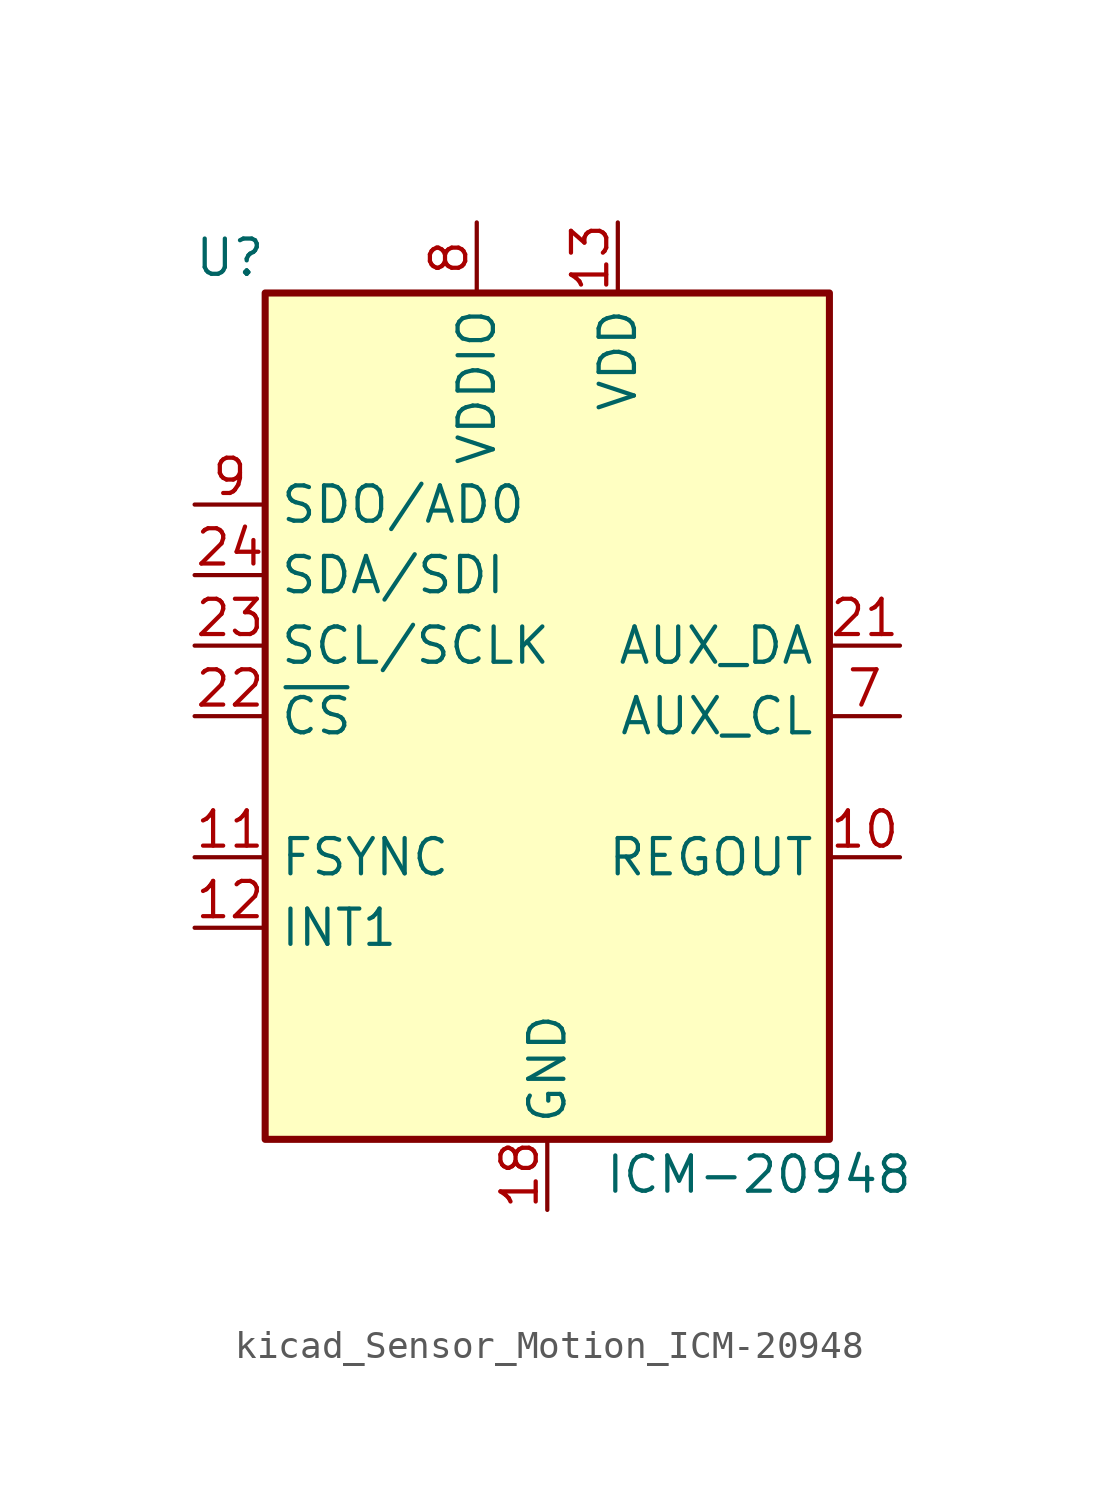
<source format=kicad_sym>
(kicad_symbol_lib
  (version 20220914)
  (generator kicad_symbol_editor)
  (symbol "kicad_Sensor_Motion_ICM-20948"
    (property "Reference" "U"
      (at -11.43 16.51 0)
      (effects (font (size 1.27 1.27))))
    (property "Value" "ICM-20948"
      (at 7.62 -16.51 0)
      (effects (font (size 1.27 1.27))))
    (symbol "kicad_Sensor_Motion_ICM-20948_0_1"
      (rectangle (start -10.16 15.24) (end 10.16 -15.24) (stroke (width 0.254) (type default)) (fill (type background))))
    (symbol "kicad_Sensor_Motion_ICM-20948_1_1"
      (pin no_connect line (at -10.16 12.7 0) (length 2.54) hide (name "NC" (effects (font (size 1.27 1.27)))) (number "1" (effects (font (size 1.27 1.27)))))
      (pin passive line (at 12.7 -5.08 180) (length 2.54) (name "REGOUT" (effects (font (size 1.27 1.27)))) (number "10" (effects (font (size 1.27 1.27)))))
      (pin input line (at -12.7 -5.08 0) (length 2.54) (name "FSYNC" (effects (font (size 1.27 1.27)))) (number "11" (effects (font (size 1.27 1.27)))))
      (pin output line (at -12.7 -7.62 0) (length 2.54) (name "INT1" (effects (font (size 1.27 1.27)))) (number "12" (effects (font (size 1.27 1.27)))))
      (pin power_in line (at 2.54 17.78 270) (length 2.54) (name "VDD" (effects (font (size 1.27 1.27)))) (number "13" (effects (font (size 1.27 1.27)))))
      (pin no_connect line (at 10.16 7.62 180) (length 2.54) hide (name "NC" (effects (font (size 1.27 1.27)))) (number "14" (effects (font (size 1.27 1.27)))))
      (pin no_connect line (at 10.16 5.08 180) (length 2.54) hide (name "NC" (effects (font (size 1.27 1.27)))) (number "15" (effects (font (size 1.27 1.27)))))
      (pin no_connect line (at 10.16 -7.62 180) (length 2.54) hide (name "NC" (effects (font (size 1.27 1.27)))) (number "16" (effects (font (size 1.27 1.27)))))
      (pin no_connect line (at 10.16 -10.16 180) (length 2.54) hide (name "NC" (effects (font (size 1.27 1.27)))) (number "17" (effects (font (size 1.27 1.27)))))
      (pin power_in line (at 0 -17.78 90) (length 2.54) (name "GND" (effects (font (size 1.27 1.27)))) (number "18" (effects (font (size 1.27 1.27)))))
      (pin no_connect line (at 10.16 -12.7 180) (length 2.54) hide (name "RESV" (effects (font (size 1.27 1.27)))) (number "19" (effects (font (size 1.27 1.27)))))
      (pin no_connect line (at -10.16 10.16 0) (length 2.54) hide (name "NC" (effects (font (size 1.27 1.27)))) (number "2" (effects (font (size 1.27 1.27)))))
      (pin passive line (at 0 -17.78 90) (length 2.54) hide (name "GND" (effects (font (size 1.27 1.27)))) (number "20" (effects (font (size 1.27 1.27)))))
      (pin bidirectional line (at 12.7 2.54 180) (length 2.54) (name "AUX_DA" (effects (font (size 1.27 1.27)))) (number "21" (effects (font (size 1.27 1.27)))))
      (pin input line (at -12.7 0 0) (length 2.54) (name "~{CS}" (effects (font (size 1.27 1.27)))) (number "22" (effects (font (size 1.27 1.27)))))
      (pin input line (at -12.7 2.54 0) (length 2.54) (name "SCL/SCLK" (effects (font (size 1.27 1.27)))) (number "23" (effects (font (size 1.27 1.27)))))
      (pin bidirectional line (at -12.7 5.08 0) (length 2.54) (name "SDA/SDI" (effects (font (size 1.27 1.27)))) (number "24" (effects (font (size 1.27 1.27)))))
      (pin no_connect line (at -10.16 -2.54 0) (length 2.54) hide (name "NC" (effects (font (size 1.27 1.27)))) (number "3" (effects (font (size 1.27 1.27)))))
      (pin no_connect line (at -10.16 -10.16 0) (length 2.54) hide (name "NC" (effects (font (size 1.27 1.27)))) (number "4" (effects (font (size 1.27 1.27)))))
      (pin no_connect line (at -10.16 -12.7 0) (length 2.54) hide (name "NC" (effects (font (size 1.27 1.27)))) (number "5" (effects (font (size 1.27 1.27)))))
      (pin no_connect line (at 10.16 10.16 180) (length 2.54) hide (name "NC" (effects (font (size 1.27 1.27)))) (number "6" (effects (font (size 1.27 1.27)))))
      (pin output line (at 12.7 0 180) (length 2.54) (name "AUX_CL" (effects (font (size 1.27 1.27)))) (number "7" (effects (font (size 1.27 1.27)))))
      (pin power_in line (at -2.54 17.78 270) (length 2.54) (name "VDDIO" (effects (font (size 1.27 1.27)))) (number "8" (effects (font (size 1.27 1.27)))))
      (pin bidirectional line (at -12.7 7.62 0) (length 2.54) (name "SDO/AD0" (effects (font (size 1.27 1.27)))) (number "9" (effects (font (size 1.27 1.27))))))))
</source>
